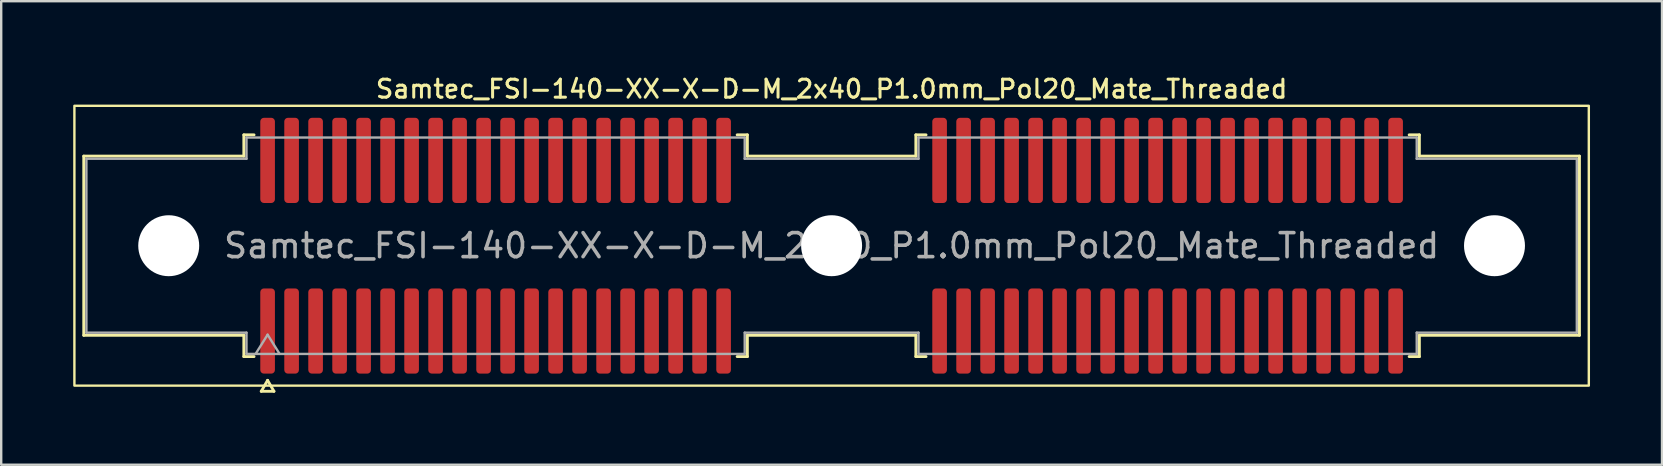
<source format=kicad_pcb>
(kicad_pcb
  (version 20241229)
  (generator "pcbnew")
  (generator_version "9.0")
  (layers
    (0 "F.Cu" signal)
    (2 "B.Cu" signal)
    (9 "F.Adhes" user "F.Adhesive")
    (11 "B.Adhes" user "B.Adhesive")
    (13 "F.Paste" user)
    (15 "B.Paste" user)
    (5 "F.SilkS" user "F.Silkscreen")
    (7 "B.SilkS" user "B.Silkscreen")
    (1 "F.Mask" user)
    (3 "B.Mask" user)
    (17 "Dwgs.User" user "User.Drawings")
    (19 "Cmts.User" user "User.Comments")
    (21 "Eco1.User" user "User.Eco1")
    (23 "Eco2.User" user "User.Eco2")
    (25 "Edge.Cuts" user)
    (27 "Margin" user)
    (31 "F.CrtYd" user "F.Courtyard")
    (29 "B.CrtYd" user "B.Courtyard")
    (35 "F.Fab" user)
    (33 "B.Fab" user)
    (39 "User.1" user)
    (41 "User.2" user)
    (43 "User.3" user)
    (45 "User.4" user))
  (footprint "Samtec_FSI-140-XX-X-D-M_2x40_P1.0mm_Pol20_Mate_Threaded"
    (layer "F.Cu")
    (at 31.6 7.188)
    (property "Reference" "Samtec_FSI-140-XX-X-D-M_2x40_P1.0mm_Pol20_Mate_Threaded" (at 0 -6.53 0) (layer "F.SilkS") (effects (font (size 0.75 0.75) (thickness 0.125))))
    (attr exclude_from_pos_files exclude_from_bom)
    (fp_line (start -31.16 -3.733) (end -24.49 -3.733) (stroke (width 0.12) (type solid)) (layer "F.SilkS"))
    (fp_line (start -31.16 3.733) (end -31.16 -3.733) (stroke (width 0.12) (type solid)) (layer "F.SilkS"))
    (fp_line (start -24.49 -4.619) (end -24.065 -4.619) (stroke (width 0.12) (type solid)) (layer "F.SilkS"))
    (fp_line (start -24.49 -3.733) (end -24.49 -4.619) (stroke (width 0.12) (type solid)) (layer "F.SilkS"))
    (fp_line (start -24.49 3.733) (end -31.16 3.733) (stroke (width 0.12) (type solid)) (layer "F.SilkS"))
    (fp_line (start -24.49 4.619) (end -24.49 3.733) (stroke (width 0.12) (type solid)) (layer "F.SilkS"))
    (fp_line (start -24.065 4.619) (end -24.49 4.619) (stroke (width 0.12) (type solid)) (layer "F.SilkS"))
    (fp_line (start -23.764 6.066) (end -23.5 5.609) (stroke (width 0.12) (type solid)) (layer "F.SilkS"))
    (fp_line (start -23.5 5.609) (end -23.236 6.066) (stroke (width 0.12) (type solid)) (layer "F.SilkS"))
    (fp_line (start -23.236 6.066) (end -23.764 6.066) (stroke (width 0.12) (type solid)) (layer "F.SilkS"))
    (fp_line (start -3.935 -4.619) (end -3.51 -4.619) (stroke (width 0.12) (type solid)) (layer "F.SilkS"))
    (fp_line (start -3.51 -4.619) (end -3.51 -3.733) (stroke (width 0.12) (type solid)) (layer "F.SilkS"))
    (fp_line (start -3.51 -3.733) (end 3.51 -3.733) (stroke (width 0.12) (type solid)) (layer "F.SilkS"))
    (fp_line (start -3.51 3.733) (end -3.51 4.619) (stroke (width 0.12) (type solid)) (layer "F.SilkS"))
    (fp_line (start -3.51 4.619) (end -3.935 4.619) (stroke (width 0.12) (type solid)) (layer "F.SilkS"))
    (fp_line (start 3.51 -4.619) (end 3.935 -4.619) (stroke (width 0.12) (type solid)) (layer "F.SilkS"))
    (fp_line (start 3.51 -3.733) (end 3.51 -4.619) (stroke (width 0.12) (type solid)) (layer "F.SilkS"))
    (fp_line (start 3.51 3.733) (end -3.51 3.733) (stroke (width 0.12) (type solid)) (layer "F.SilkS"))
    (fp_line (start 3.51 4.619) (end 3.51 3.733) (stroke (width 0.12) (type solid)) (layer "F.SilkS"))
    (fp_line (start 3.935 4.619) (end 3.51 4.619) (stroke (width 0.12) (type solid)) (layer "F.SilkS"))
    (fp_line (start 24.065 -4.619) (end 24.49 -4.619) (stroke (width 0.12) (type solid)) (layer "F.SilkS"))
    (fp_line (start 24.49 -4.619) (end 24.49 -3.733) (stroke (width 0.12) (type solid)) (layer "F.SilkS"))
    (fp_line (start 24.49 -3.733) (end 31.16 -3.733) (stroke (width 0.12) (type solid)) (layer "F.SilkS"))
    (fp_line (start 24.49 3.733) (end 24.49 4.619) (stroke (width 0.12) (type solid)) (layer "F.SilkS"))
    (fp_line (start 24.49 4.619) (end 24.065 4.619) (stroke (width 0.12) (type solid)) (layer "F.SilkS"))
    (fp_line (start 31.16 -3.733) (end 31.16 3.733) (stroke (width 0.12) (type solid)) (layer "F.SilkS"))
    (fp_line (start 31.16 3.733) (end 24.49 3.733) (stroke (width 0.12) (type solid)) (layer "F.SilkS"))
    (fp_rect (start -31.55 -5.83) (end 31.55 5.83) (stroke (width 0.1) (type solid)) (fill no) (layer "F.SilkS"))
    (fp_line (start -31.05 -3.623) (end -24.38 -3.623) (stroke (width 0.1) (type solid)) (layer "F.Fab"))
    (fp_line (start -31.05 3.623) (end -31.05 -3.623) (stroke (width 0.1) (type solid)) (layer "F.Fab"))
    (fp_line (start -24.38 -4.508) (end -3.62 -4.508) (stroke (width 0.1) (type solid)) (layer "F.Fab"))
    (fp_line (start -24.38 -3.623) (end -24.38 -4.508) (stroke (width 0.1) (type solid)) (layer "F.Fab"))
    (fp_line (start -24.38 3.623) (end -31.05 3.623) (stroke (width 0.1) (type solid)) (layer "F.Fab"))
    (fp_line (start -24.38 4.508) (end -24.38 3.623) (stroke (width 0.1) (type solid)) (layer "F.Fab"))
    (fp_line (start -24 4.508) (end -23.5 3.708) (stroke (width 0.1) (type solid)) (layer "F.Fab"))
    (fp_line (start -23.5 3.708) (end -23 4.508) (stroke (width 0.1) (type solid)) (layer "F.Fab"))
    (fp_line (start -3.62 -4.508) (end -3.62 -3.623) (stroke (width 0.1) (type solid)) (layer "F.Fab"))
    (fp_line (start -3.62 -3.623) (end 3.62 -3.623) (stroke (width 0.1) (type solid)) (layer "F.Fab"))
    (fp_line (start -3.62 3.623) (end -3.62 4.508) (stroke (width 0.1) (type solid)) (layer "F.Fab"))
    (fp_line (start -3.62 4.508) (end -24.38 4.508) (stroke (width 0.1) (type solid)) (layer "F.Fab"))
    (fp_line (start 3.62 -4.508) (end 24.38 -4.508) (stroke (width 0.1) (type solid)) (layer "F.Fab"))
    (fp_line (start 3.62 -3.623) (end 3.62 -4.508) (stroke (width 0.1) (type solid)) (layer "F.Fab"))
    (fp_line (start 3.62 3.623) (end -3.62 3.623) (stroke (width 0.1) (type solid)) (layer "F.Fab"))
    (fp_line (start 3.62 4.508) (end 3.62 3.623) (stroke (width 0.1) (type solid)) (layer "F.Fab"))
    (fp_line (start 24.38 -4.508) (end 24.38 -3.623) (stroke (width 0.1) (type solid)) (layer "F.Fab"))
    (fp_line (start 24.38 -3.623) (end 31.05 -3.623) (stroke (width 0.1) (type solid)) (layer "F.Fab"))
    (fp_line (start 24.38 3.623) (end 24.38 4.508) (stroke (width 0.1) (type solid)) (layer "F.Fab"))
    (fp_line (start 24.38 4.508) (end 3.62 4.508) (stroke (width 0.1) (type solid)) (layer "F.Fab"))
    (fp_line (start 31.05 -3.623) (end 31.05 3.623) (stroke (width 0.1) (type solid)) (layer "F.Fab"))
    (fp_line (start 31.05 3.623) (end 24.38 3.623) (stroke (width 0.1) (type solid)) (layer "F.Fab"))
    (fp_text user "${REFERENCE}" (at 0 0 0) (layer "F.Fab") (effects (font (size 1 1) (thickness 0.15))))
    (pad "" np_thru_hole circle (at -27.62 0) (size 2.54 2.54) (drill 2.54) (layers "*.Cu" "*.Mask"))
    (pad "" np_thru_hole circle (at 0 0) (size 2.54 2.54) (drill 2.54) (layers "*.Cu" "*.Mask"))
    (pad "" np_thru_hole circle (at 27.62 0) (size 2.54 2.54) (drill 2.54) (layers "*.Cu" "*.Mask"))
    (pad "1" smd roundrect (at -23.5 3.555) (size 0.61 3.55) (layers "F.Cu" "F.Mask") (roundrect_rratio 0.25))
    (pad "2" smd roundrect (at -23.5 -3.555) (size 0.61 3.55) (layers "F.Cu" "F.Mask") (roundrect_rratio 0.25))
    (pad "3" smd roundrect (at -22.5 3.555) (size 0.61 3.55) (layers "F.Cu" "F.Mask") (roundrect_rratio 0.25))
    (pad "4" smd roundrect (at -22.5 -3.555) (size 0.61 3.55) (layers "F.Cu" "F.Mask") (roundrect_rratio 0.25))
    (pad "5" smd roundrect (at -21.5 3.555) (size 0.61 3.55) (layers "F.Cu" "F.Mask") (roundrect_rratio 0.25))
    (pad "6" smd roundrect (at -21.5 -3.555) (size 0.61 3.55) (layers "F.Cu" "F.Mask") (roundrect_rratio 0.25))
    (pad "7" smd roundrect (at -20.5 3.555) (size 0.61 3.55) (layers "F.Cu" "F.Mask") (roundrect_rratio 0.25))
    (pad "8" smd roundrect (at -20.5 -3.555) (size 0.61 3.55) (layers "F.Cu" "F.Mask") (roundrect_rratio 0.25))
    (pad "9" smd roundrect (at -19.5 3.555) (size 0.61 3.55) (layers "F.Cu" "F.Mask") (roundrect_rratio 0.25))
    (pad "10" smd roundrect (at -19.5 -3.555) (size 0.61 3.55) (layers "F.Cu" "F.Mask") (roundrect_rratio 0.25))
    (pad "11" smd roundrect (at -18.5 3.555) (size 0.61 3.55) (layers "F.Cu" "F.Mask") (roundrect_rratio 0.25))
    (pad "12" smd roundrect (at -18.5 -3.555) (size 0.61 3.55) (layers "F.Cu" "F.Mask") (roundrect_rratio 0.25))
    (pad "13" smd roundrect (at -17.5 3.555) (size 0.61 3.55) (layers "F.Cu" "F.Mask") (roundrect_rratio 0.25))
    (pad "14" smd roundrect (at -17.5 -3.555) (size 0.61 3.55) (layers "F.Cu" "F.Mask") (roundrect_rratio 0.25))
    (pad "15" smd roundrect (at -16.5 3.555) (size 0.61 3.55) (layers "F.Cu" "F.Mask") (roundrect_rratio 0.25))
    (pad "16" smd roundrect (at -16.5 -3.555) (size 0.61 3.55) (layers "F.Cu" "F.Mask") (roundrect_rratio 0.25))
    (pad "17" smd roundrect (at -15.5 3.555) (size 0.61 3.55) (layers "F.Cu" "F.Mask") (roundrect_rratio 0.25))
    (pad "18" smd roundrect (at -15.5 -3.555) (size 0.61 3.55) (layers "F.Cu" "F.Mask") (roundrect_rratio 0.25))
    (pad "19" smd roundrect (at -14.5 3.555) (size 0.61 3.55) (layers "F.Cu" "F.Mask") (roundrect_rratio 0.25))
    (pad "20" smd roundrect (at -14.5 -3.555) (size 0.61 3.55) (layers "F.Cu" "F.Mask") (roundrect_rratio 0.25))
    (pad "21" smd roundrect (at -13.5 3.555) (size 0.61 3.55) (layers "F.Cu" "F.Mask") (roundrect_rratio 0.25))
    (pad "22" smd roundrect (at -13.5 -3.555) (size 0.61 3.55) (layers "F.Cu" "F.Mask") (roundrect_rratio 0.25))
    (pad "23" smd roundrect (at -12.5 3.555) (size 0.61 3.55) (layers "F.Cu" "F.Mask") (roundrect_rratio 0.25))
    (pad "24" smd roundrect (at -12.5 -3.555) (size 0.61 3.55) (layers "F.Cu" "F.Mask") (roundrect_rratio 0.25))
    (pad "25" smd roundrect (at -11.5 3.555) (size 0.61 3.55) (layers "F.Cu" "F.Mask") (roundrect_rratio 0.25))
    (pad "26" smd roundrect (at -11.5 -3.555) (size 0.61 3.55) (layers "F.Cu" "F.Mask") (roundrect_rratio 0.25))
    (pad "27" smd roundrect (at -10.5 3.555) (size 0.61 3.55) (layers "F.Cu" "F.Mask") (roundrect_rratio 0.25))
    (pad "28" smd roundrect (at -10.5 -3.555) (size 0.61 3.55) (layers "F.Cu" "F.Mask") (roundrect_rratio 0.25))
    (pad "29" smd roundrect (at -9.5 3.555) (size 0.61 3.55) (layers "F.Cu" "F.Mask") (roundrect_rratio 0.25))
    (pad "30" smd roundrect (at -9.5 -3.555) (size 0.61 3.55) (layers "F.Cu" "F.Mask") (roundrect_rratio 0.25))
    (pad "31" smd roundrect (at -8.5 3.555) (size 0.61 3.55) (layers "F.Cu" "F.Mask") (roundrect_rratio 0.25))
    (pad "32" smd roundrect (at -8.5 -3.555) (size 0.61 3.55) (layers "F.Cu" "F.Mask") (roundrect_rratio 0.25))
    (pad "33" smd roundrect (at -7.5 3.555) (size 0.61 3.55) (layers "F.Cu" "F.Mask") (roundrect_rratio 0.25))
    (pad "34" smd roundrect (at -7.5 -3.555) (size 0.61 3.55) (layers "F.Cu" "F.Mask") (roundrect_rratio 0.25))
    (pad "35" smd roundrect (at -6.5 3.555) (size 0.61 3.55) (layers "F.Cu" "F.Mask") (roundrect_rratio 0.25))
    (pad "36" smd roundrect (at -6.5 -3.555) (size 0.61 3.55) (layers "F.Cu" "F.Mask") (roundrect_rratio 0.25))
    (pad "37" smd roundrect (at -5.5 3.555) (size 0.61 3.55) (layers "F.Cu" "F.Mask") (roundrect_rratio 0.25))
    (pad "38" smd roundrect (at -5.5 -3.555) (size 0.61 3.55) (layers "F.Cu" "F.Mask") (roundrect_rratio 0.25))
    (pad "39" smd roundrect (at -4.5 3.555) (size 0.61 3.55) (layers "F.Cu" "F.Mask") (roundrect_rratio 0.25))
    (pad "40" smd roundrect (at -4.5 -3.555) (size 0.61 3.55) (layers "F.Cu" "F.Mask") (roundrect_rratio 0.25))
    (pad "41" smd roundrect (at 4.5 3.555) (size 0.61 3.55) (layers "F.Cu" "F.Mask") (roundrect_rratio 0.25))
    (pad "42" smd roundrect (at 4.5 -3.555) (size 0.61 3.55) (layers "F.Cu" "F.Mask") (roundrect_rratio 0.25))
    (pad "43" smd roundrect (at 5.5 3.555) (size 0.61 3.55) (layers "F.Cu" "F.Mask") (roundrect_rratio 0.25))
    (pad "44" smd roundrect (at 5.5 -3.555) (size 0.61 3.55) (layers "F.Cu" "F.Mask") (roundrect_rratio 0.25))
    (pad "45" smd roundrect (at 6.5 3.555) (size 0.61 3.55) (layers "F.Cu" "F.Mask") (roundrect_rratio 0.25))
    (pad "46" smd roundrect (at 6.5 -3.555) (size 0.61 3.55) (layers "F.Cu" "F.Mask") (roundrect_rratio 0.25))
    (pad "47" smd roundrect (at 7.5 3.555) (size 0.61 3.55) (layers "F.Cu" "F.Mask") (roundrect_rratio 0.25))
    (pad "48" smd roundrect (at 7.5 -3.555) (size 0.61 3.55) (layers "F.Cu" "F.Mask") (roundrect_rratio 0.25))
    (pad "49" smd roundrect (at 8.5 3.555) (size 0.61 3.55) (layers "F.Cu" "F.Mask") (roundrect_rratio 0.25))
    (pad "50" smd roundrect (at 8.5 -3.555) (size 0.61 3.55) (layers "F.Cu" "F.Mask") (roundrect_rratio 0.25))
    (pad "51" smd roundrect (at 9.5 3.555) (size 0.61 3.55) (layers "F.Cu" "F.Mask") (roundrect_rratio 0.25))
    (pad "52" smd roundrect (at 9.5 -3.555) (size 0.61 3.55) (layers "F.Cu" "F.Mask") (roundrect_rratio 0.25))
    (pad "53" smd roundrect (at 10.5 3.555) (size 0.61 3.55) (layers "F.Cu" "F.Mask") (roundrect_rratio 0.25))
    (pad "54" smd roundrect (at 10.5 -3.555) (size 0.61 3.55) (layers "F.Cu" "F.Mask") (roundrect_rratio 0.25))
    (pad "55" smd roundrect (at 11.5 3.555) (size 0.61 3.55) (layers "F.Cu" "F.Mask") (roundrect_rratio 0.25))
    (pad "56" smd roundrect (at 11.5 -3.555) (size 0.61 3.55) (layers "F.Cu" "F.Mask") (roundrect_rratio 0.25))
    (pad "57" smd roundrect (at 12.5 3.555) (size 0.61 3.55) (layers "F.Cu" "F.Mask") (roundrect_rratio 0.25))
    (pad "58" smd roundrect (at 12.5 -3.555) (size 0.61 3.55) (layers "F.Cu" "F.Mask") (roundrect_rratio 0.25))
    (pad "59" smd roundrect (at 13.5 3.555) (size 0.61 3.55) (layers "F.Cu" "F.Mask") (roundrect_rratio 0.25))
    (pad "60" smd roundrect (at 13.5 -3.555) (size 0.61 3.55) (layers "F.Cu" "F.Mask") (roundrect_rratio 0.25))
    (pad "61" smd roundrect (at 14.5 3.555) (size 0.61 3.55) (layers "F.Cu" "F.Mask") (roundrect_rratio 0.25))
    (pad "62" smd roundrect (at 14.5 -3.555) (size 0.61 3.55) (layers "F.Cu" "F.Mask") (roundrect_rratio 0.25))
    (pad "63" smd roundrect (at 15.5 3.555) (size 0.61 3.55) (layers "F.Cu" "F.Mask") (roundrect_rratio 0.25))
    (pad "64" smd roundrect (at 15.5 -3.555) (size 0.61 3.55) (layers "F.Cu" "F.Mask") (roundrect_rratio 0.25))
    (pad "65" smd roundrect (at 16.5 3.555) (size 0.61 3.55) (layers "F.Cu" "F.Mask") (roundrect_rratio 0.25))
    (pad "66" smd roundrect (at 16.5 -3.555) (size 0.61 3.55) (layers "F.Cu" "F.Mask") (roundrect_rratio 0.25))
    (pad "67" smd roundrect (at 17.5 3.555) (size 0.61 3.55) (layers "F.Cu" "F.Mask") (roundrect_rratio 0.25))
    (pad "68" smd roundrect (at 17.5 -3.555) (size 0.61 3.55) (layers "F.Cu" "F.Mask") (roundrect_rratio 0.25))
    (pad "69" smd roundrect (at 18.5 3.555) (size 0.61 3.55) (layers "F.Cu" "F.Mask") (roundrect_rratio 0.25))
    (pad "70" smd roundrect (at 18.5 -3.555) (size 0.61 3.55) (layers "F.Cu" "F.Mask") (roundrect_rratio 0.25))
    (pad "71" smd roundrect (at 19.5 3.555) (size 0.61 3.55) (layers "F.Cu" "F.Mask") (roundrect_rratio 0.25))
    (pad "72" smd roundrect (at 19.5 -3.555) (size 0.61 3.55) (layers "F.Cu" "F.Mask") (roundrect_rratio 0.25))
    (pad "73" smd roundrect (at 20.5 3.555) (size 0.61 3.55) (layers "F.Cu" "F.Mask") (roundrect_rratio 0.25))
    (pad "74" smd roundrect (at 20.5 -3.555) (size 0.61 3.55) (layers "F.Cu" "F.Mask") (roundrect_rratio 0.25))
    (pad "75" smd roundrect (at 21.5 3.555) (size 0.61 3.55) (layers "F.Cu" "F.Mask") (roundrect_rratio 0.25))
    (pad "76" smd roundrect (at 21.5 -3.555) (size 0.61 3.55) (layers "F.Cu" "F.Mask") (roundrect_rratio 0.25))
    (pad "77" smd roundrect (at 22.5 3.555) (size 0.61 3.55) (layers "F.Cu" "F.Mask") (roundrect_rratio 0.25))
    (pad "78" smd roundrect (at 22.5 -3.555) (size 0.61 3.55) (layers "F.Cu" "F.Mask") (roundrect_rratio 0.25))
    (pad "79" smd roundrect (at 23.5 3.555) (size 0.61 3.55) (layers "F.Cu" "F.Mask") (roundrect_rratio 0.25))
    (pad "80" smd roundrect (at 23.5 -3.555) (size 0.61 3.55) (layers "F.Cu" "F.Mask") (roundrect_rratio 0.25)))
  (gr_rect
    (start -3 -3)
    (end 66.2 16.314)
    (stroke (width 0.1) (type default))
    (fill no)
    (layer "Edge.Cuts")))
</source>
